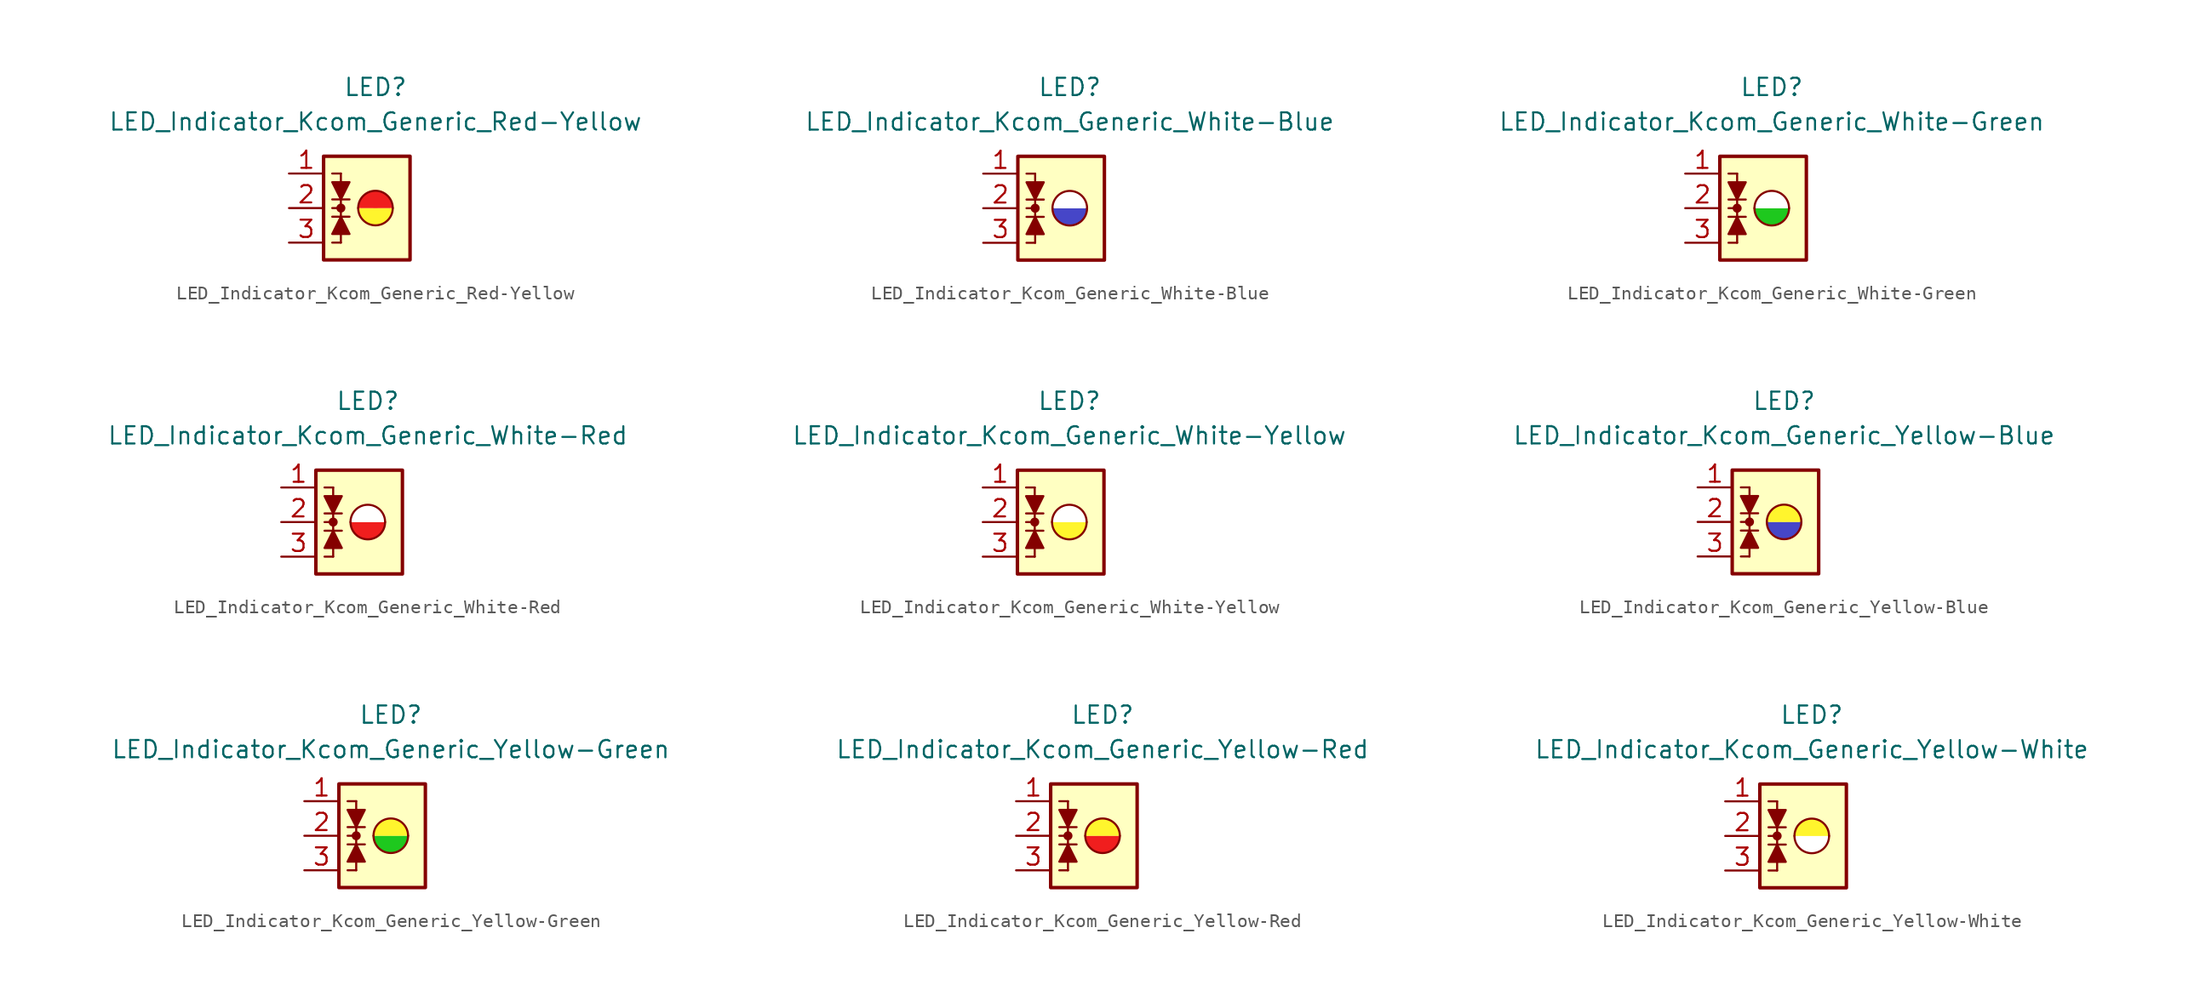
<source format=kicad_sym>
(kicad_symbol_lib
  (version 20231120)
  (generator "kicad_symbol_editor")
  (generator_version "8.0")
  (symbol "LED_Indicator_Kcom_Generic_Red-Yellow"
    (pin_names
      (offset 1.016) hide)
    (property "Reference" "LED"
      (at 0 8.89 0)
      (effects (font (size 1.27 1.27))))
    (property "Value" "LED_Indicator_Kcom_Generic_Red-Yellow"
      (at 0 6.35 0)
      (effects (font (size 1.27 1.27))))
    (symbol "LED_Indicator_Kcom_Generic_Red-Yellow_0_1"
      (rectangle (start -3.81 3.81) (end 2.54 -3.81) (stroke (width 0.254) (type default)) (fill (type background)))
      (circle (center -2.54 0) (radius 0.254) (stroke (width 0) (type default)) (fill (type outline)))
      (arc (start -1.27 0) (mid 0 -1.2645) (end 1.27 0) (stroke (width 0) (type default)) (fill (type color) (color 255 245 45 1)))
      (polyline (pts (xy -3.175 0.635) (xy -1.905 0.635)) (stroke (width 0) (type default)) (fill (type none)))
      (polyline (pts (xy -2.54 -2.54) (xy -3.175 -2.54)) (stroke (width 0) (type default)) (fill (type none)))
      (polyline (pts (xy -2.54 -2.54) (xy -2.54 0)) (stroke (width 0) (type default)) (fill (type none)))
      (polyline (pts (xy -2.54 0) (xy -3.175 0)) (stroke (width 0) (type default)) (fill (type none)))
      (polyline (pts (xy -2.54 2.54) (xy -3.175 2.54)) (stroke (width 0) (type default)) (fill (type none)))
      (polyline (pts (xy -2.54 2.54) (xy -2.54 0)) (stroke (width 0) (type default)) (fill (type none)))
      (polyline (pts (xy -1.905 -0.635) (xy -3.175 -0.635)) (stroke (width 0) (type default)) (fill (type none)))
      (polyline (pts (xy -2.54 -0.635) (xy -1.905 -1.905) (xy -3.175 -1.905) (xy -2.54 -0.635)) (stroke (width 0) (type default)) (fill (type outline)))
      (polyline (pts (xy -2.54 0.635) (xy -3.175 1.905) (xy -1.905 1.905) (xy -2.54 0.635)) (stroke (width 0) (type default)) (fill (type outline)))
      (arc (start 1.27 0) (mid 0 1.2645) (end -1.27 0) (stroke (width 0) (type default)) (fill (type color) (color 240 30 30 1))))
    (symbol "LED_Indicator_Kcom_Generic_Red-Yellow_1_1"
      (pin passive line (at -6.35 2.54 0) (length 2.54) (name "K1" (effects (font (size 1.27 1.27)))) (number "1" (effects (font (size 1.27 1.27)))))
      (pin passive line (at -6.35 0 0) (length 2.54) (name "A12" (effects (font (size 1.27 1.27)))) (number "2" (effects (font (size 1.27 1.27)))))
      (pin passive line (at -6.35 -2.54 0) (length 2.54) (name "K2" (effects (font (size 1.27 1.27)))) (number "3" (effects (font (size 1.27 1.27)))))))
  (symbol "LED_Indicator_Kcom_Generic_White-Blue"
    (pin_names
      (offset 1.016) hide)
    (property "Reference" "LED"
      (at 0 8.89 0)
      (effects (font (size 1.27 1.27))))
    (property "Value" "LED_Indicator_Kcom_Generic_White-Blue"
      (at 0 6.35 0)
      (effects (font (size 1.27 1.27))))
    (symbol "LED_Indicator_Kcom_Generic_White-Blue_0_1"
      (rectangle (start -3.81 3.81) (end 2.54 -3.81) (stroke (width 0.254) (type default)) (fill (type background)))
      (circle (center -2.54 0) (radius 0.254) (stroke (width 0) (type default)) (fill (type outline)))
      (arc (start -1.27 0) (mid 0 -1.2645) (end 1.27 0) (stroke (width 0) (type default)) (fill (type color) (color 70 70 200 1)))
      (polyline (pts (xy -3.175 0.635) (xy -1.905 0.635)) (stroke (width 0) (type default)) (fill (type none)))
      (polyline (pts (xy -2.54 -2.54) (xy -3.175 -2.54)) (stroke (width 0) (type default)) (fill (type none)))
      (polyline (pts (xy -2.54 -2.54) (xy -2.54 0)) (stroke (width 0) (type default)) (fill (type none)))
      (polyline (pts (xy -2.54 0) (xy -3.175 0)) (stroke (width 0) (type default)) (fill (type none)))
      (polyline (pts (xy -2.54 2.54) (xy -3.175 2.54)) (stroke (width 0) (type default)) (fill (type none)))
      (polyline (pts (xy -2.54 2.54) (xy -2.54 0)) (stroke (width 0) (type default)) (fill (type none)))
      (polyline (pts (xy -1.905 -0.635) (xy -3.175 -0.635)) (stroke (width 0) (type default)) (fill (type none)))
      (polyline (pts (xy -2.54 -0.635) (xy -1.905 -1.905) (xy -3.175 -1.905) (xy -2.54 -0.635)) (stroke (width 0) (type default)) (fill (type outline)))
      (polyline (pts (xy -2.54 0.635) (xy -3.175 1.905) (xy -1.905 1.905) (xy -2.54 0.635)) (stroke (width 0) (type default)) (fill (type outline)))
      (arc (start 1.27 0) (mid 0 1.2645) (end -1.27 0) (stroke (width 0) (type default)) (fill (type color) (color 255 255 255 1))))
    (symbol "LED_Indicator_Kcom_Generic_White-Blue_1_1"
      (pin passive line (at -6.35 2.54 0) (length 2.54) (name "K1" (effects (font (size 1.27 1.27)))) (number "1" (effects (font (size 1.27 1.27)))))
      (pin passive line (at -6.35 0 0) (length 2.54) (name "A12" (effects (font (size 1.27 1.27)))) (number "2" (effects (font (size 1.27 1.27)))))
      (pin passive line (at -6.35 -2.54 0) (length 2.54) (name "K2" (effects (font (size 1.27 1.27)))) (number "3" (effects (font (size 1.27 1.27)))))))
  (symbol "LED_Indicator_Kcom_Generic_White-Green"
    (pin_names
      (offset 1.016) hide)
    (property "Reference" "LED"
      (at 0 8.89 0)
      (effects (font (size 1.27 1.27))))
    (property "Value" "LED_Indicator_Kcom_Generic_White-Green"
      (at 0 6.35 0)
      (effects (font (size 1.27 1.27))))
    (symbol "LED_Indicator_Kcom_Generic_White-Green_0_1"
      (rectangle (start -3.81 3.81) (end 2.54 -3.81) (stroke (width 0.254) (type default)) (fill (type background)))
      (circle (center -2.54 0) (radius 0.254) (stroke (width 0) (type default)) (fill (type outline)))
      (arc (start -1.27 0) (mid 0 -1.2645) (end 1.27 0) (stroke (width 0) (type default)) (fill (type color) (color 30 200 30 1)))
      (polyline (pts (xy -3.175 0.635) (xy -1.905 0.635)) (stroke (width 0) (type default)) (fill (type none)))
      (polyline (pts (xy -2.54 -2.54) (xy -3.175 -2.54)) (stroke (width 0) (type default)) (fill (type none)))
      (polyline (pts (xy -2.54 -2.54) (xy -2.54 0)) (stroke (width 0) (type default)) (fill (type none)))
      (polyline (pts (xy -2.54 0) (xy -3.175 0)) (stroke (width 0) (type default)) (fill (type none)))
      (polyline (pts (xy -2.54 2.54) (xy -3.175 2.54)) (stroke (width 0) (type default)) (fill (type none)))
      (polyline (pts (xy -2.54 2.54) (xy -2.54 0)) (stroke (width 0) (type default)) (fill (type none)))
      (polyline (pts (xy -1.905 -0.635) (xy -3.175 -0.635)) (stroke (width 0) (type default)) (fill (type none)))
      (polyline (pts (xy -2.54 -0.635) (xy -1.905 -1.905) (xy -3.175 -1.905) (xy -2.54 -0.635)) (stroke (width 0) (type default)) (fill (type outline)))
      (polyline (pts (xy -2.54 0.635) (xy -3.175 1.905) (xy -1.905 1.905) (xy -2.54 0.635)) (stroke (width 0) (type default)) (fill (type outline)))
      (arc (start 1.27 0) (mid 0 1.2645) (end -1.27 0) (stroke (width 0) (type default)) (fill (type color) (color 255 255 255 1))))
    (symbol "LED_Indicator_Kcom_Generic_White-Green_1_1"
      (pin passive line (at -6.35 2.54 0) (length 2.54) (name "K1" (effects (font (size 1.27 1.27)))) (number "1" (effects (font (size 1.27 1.27)))))
      (pin passive line (at -6.35 0 0) (length 2.54) (name "A12" (effects (font (size 1.27 1.27)))) (number "2" (effects (font (size 1.27 1.27)))))
      (pin passive line (at -6.35 -2.54 0) (length 2.54) (name "K2" (effects (font (size 1.27 1.27)))) (number "3" (effects (font (size 1.27 1.27)))))))
  (symbol "LED_Indicator_Kcom_Generic_White-Red"
    (pin_names
      (offset 1.016) hide)
    (property "Reference" "LED"
      (at 0 8.89 0)
      (effects (font (size 1.27 1.27))))
    (property "Value" "LED_Indicator_Kcom_Generic_White-Red"
      (at 0 6.35 0)
      (effects (font (size 1.27 1.27))))
    (symbol "LED_Indicator_Kcom_Generic_White-Red_0_1"
      (rectangle (start -3.81 3.81) (end 2.54 -3.81) (stroke (width 0.254) (type default)) (fill (type background)))
      (circle (center -2.54 0) (radius 0.254) (stroke (width 0) (type default)) (fill (type outline)))
      (arc (start -1.27 0) (mid 0 -1.2645) (end 1.27 0) (stroke (width 0) (type default)) (fill (type color) (color 240 30 30 1)))
      (polyline (pts (xy -3.175 0.635) (xy -1.905 0.635)) (stroke (width 0) (type default)) (fill (type none)))
      (polyline (pts (xy -2.54 -2.54) (xy -3.175 -2.54)) (stroke (width 0) (type default)) (fill (type none)))
      (polyline (pts (xy -2.54 -2.54) (xy -2.54 0)) (stroke (width 0) (type default)) (fill (type none)))
      (polyline (pts (xy -2.54 0) (xy -3.175 0)) (stroke (width 0) (type default)) (fill (type none)))
      (polyline (pts (xy -2.54 2.54) (xy -3.175 2.54)) (stroke (width 0) (type default)) (fill (type none)))
      (polyline (pts (xy -2.54 2.54) (xy -2.54 0)) (stroke (width 0) (type default)) (fill (type none)))
      (polyline (pts (xy -1.905 -0.635) (xy -3.175 -0.635)) (stroke (width 0) (type default)) (fill (type none)))
      (polyline (pts (xy -2.54 -0.635) (xy -1.905 -1.905) (xy -3.175 -1.905) (xy -2.54 -0.635)) (stroke (width 0) (type default)) (fill (type outline)))
      (polyline (pts (xy -2.54 0.635) (xy -3.175 1.905) (xy -1.905 1.905) (xy -2.54 0.635)) (stroke (width 0) (type default)) (fill (type outline)))
      (arc (start 1.27 0) (mid 0 1.2645) (end -1.27 0) (stroke (width 0) (type default)) (fill (type color) (color 255 255 255 1))))
    (symbol "LED_Indicator_Kcom_Generic_White-Red_1_1"
      (pin passive line (at -6.35 2.54 0) (length 2.54) (name "K1" (effects (font (size 1.27 1.27)))) (number "1" (effects (font (size 1.27 1.27)))))
      (pin passive line (at -6.35 0 0) (length 2.54) (name "A12" (effects (font (size 1.27 1.27)))) (number "2" (effects (font (size 1.27 1.27)))))
      (pin passive line (at -6.35 -2.54 0) (length 2.54) (name "K2" (effects (font (size 1.27 1.27)))) (number "3" (effects (font (size 1.27 1.27)))))))
  (symbol "LED_Indicator_Kcom_Generic_White-Yellow"
    (pin_names
      (offset 1.016) hide)
    (property "Reference" "LED"
      (at 0 8.89 0)
      (effects (font (size 1.27 1.27))))
    (property "Value" "LED_Indicator_Kcom_Generic_White-Yellow"
      (at 0 6.35 0)
      (effects (font (size 1.27 1.27))))
    (symbol "LED_Indicator_Kcom_Generic_White-Yellow_0_1"
      (rectangle (start -3.81 3.81) (end 2.54 -3.81) (stroke (width 0.254) (type default)) (fill (type background)))
      (circle (center -2.54 0) (radius 0.254) (stroke (width 0) (type default)) (fill (type outline)))
      (arc (start -1.27 0) (mid 0 -1.2645) (end 1.27 0) (stroke (width 0) (type default)) (fill (type color) (color 255 245 45 1)))
      (polyline (pts (xy -3.175 0.635) (xy -1.905 0.635)) (stroke (width 0) (type default)) (fill (type none)))
      (polyline (pts (xy -2.54 -2.54) (xy -3.175 -2.54)) (stroke (width 0) (type default)) (fill (type none)))
      (polyline (pts (xy -2.54 -2.54) (xy -2.54 0)) (stroke (width 0) (type default)) (fill (type none)))
      (polyline (pts (xy -2.54 0) (xy -3.175 0)) (stroke (width 0) (type default)) (fill (type none)))
      (polyline (pts (xy -2.54 2.54) (xy -3.175 2.54)) (stroke (width 0) (type default)) (fill (type none)))
      (polyline (pts (xy -2.54 2.54) (xy -2.54 0)) (stroke (width 0) (type default)) (fill (type none)))
      (polyline (pts (xy -1.905 -0.635) (xy -3.175 -0.635)) (stroke (width 0) (type default)) (fill (type none)))
      (polyline (pts (xy -2.54 -0.635) (xy -1.905 -1.905) (xy -3.175 -1.905) (xy -2.54 -0.635)) (stroke (width 0) (type default)) (fill (type outline)))
      (polyline (pts (xy -2.54 0.635) (xy -3.175 1.905) (xy -1.905 1.905) (xy -2.54 0.635)) (stroke (width 0) (type default)) (fill (type outline)))
      (arc (start 1.27 0) (mid 0 1.2645) (end -1.27 0) (stroke (width 0) (type default)) (fill (type color) (color 255 255 255 1))))
    (symbol "LED_Indicator_Kcom_Generic_White-Yellow_1_1"
      (pin passive line (at -6.35 2.54 0) (length 2.54) (name "K1" (effects (font (size 1.27 1.27)))) (number "1" (effects (font (size 1.27 1.27)))))
      (pin passive line (at -6.35 0 0) (length 2.54) (name "A12" (effects (font (size 1.27 1.27)))) (number "2" (effects (font (size 1.27 1.27)))))
      (pin passive line (at -6.35 -2.54 0) (length 2.54) (name "K2" (effects (font (size 1.27 1.27)))) (number "3" (effects (font (size 1.27 1.27)))))))
  (symbol "LED_Indicator_Kcom_Generic_Yellow-Blue"
    (pin_names
      (offset 1.016) hide)
    (property "Reference" "LED"
      (at 0 8.89 0)
      (effects (font (size 1.27 1.27))))
    (property "Value" "LED_Indicator_Kcom_Generic_Yellow-Blue"
      (at 0 6.35 0)
      (effects (font (size 1.27 1.27))))
    (symbol "LED_Indicator_Kcom_Generic_Yellow-Blue_0_1"
      (rectangle (start -3.81 3.81) (end 2.54 -3.81) (stroke (width 0.254) (type default)) (fill (type background)))
      (circle (center -2.54 0) (radius 0.254) (stroke (width 0) (type default)) (fill (type outline)))
      (arc (start -1.27 0) (mid 0 -1.2645) (end 1.27 0) (stroke (width 0) (type default)) (fill (type color) (color 70 70 200 1)))
      (polyline (pts (xy -3.175 0.635) (xy -1.905 0.635)) (stroke (width 0) (type default)) (fill (type none)))
      (polyline (pts (xy -2.54 -2.54) (xy -3.175 -2.54)) (stroke (width 0) (type default)) (fill (type none)))
      (polyline (pts (xy -2.54 -2.54) (xy -2.54 0)) (stroke (width 0) (type default)) (fill (type none)))
      (polyline (pts (xy -2.54 0) (xy -3.175 0)) (stroke (width 0) (type default)) (fill (type none)))
      (polyline (pts (xy -2.54 2.54) (xy -3.175 2.54)) (stroke (width 0) (type default)) (fill (type none)))
      (polyline (pts (xy -2.54 2.54) (xy -2.54 0)) (stroke (width 0) (type default)) (fill (type none)))
      (polyline (pts (xy -1.905 -0.635) (xy -3.175 -0.635)) (stroke (width 0) (type default)) (fill (type none)))
      (polyline (pts (xy -2.54 -0.635) (xy -1.905 -1.905) (xy -3.175 -1.905) (xy -2.54 -0.635)) (stroke (width 0) (type default)) (fill (type outline)))
      (polyline (pts (xy -2.54 0.635) (xy -3.175 1.905) (xy -1.905 1.905) (xy -2.54 0.635)) (stroke (width 0) (type default)) (fill (type outline)))
      (arc (start 1.27 0) (mid 0 1.2645) (end -1.27 0) (stroke (width 0) (type default)) (fill (type color) (color 255 245 45 1))))
    (symbol "LED_Indicator_Kcom_Generic_Yellow-Blue_1_1"
      (pin passive line (at -6.35 2.54 0) (length 2.54) (name "K1" (effects (font (size 1.27 1.27)))) (number "1" (effects (font (size 1.27 1.27)))))
      (pin passive line (at -6.35 0 0) (length 2.54) (name "A12" (effects (font (size 1.27 1.27)))) (number "2" (effects (font (size 1.27 1.27)))))
      (pin passive line (at -6.35 -2.54 0) (length 2.54) (name "K2" (effects (font (size 1.27 1.27)))) (number "3" (effects (font (size 1.27 1.27)))))))
  (symbol "LED_Indicator_Kcom_Generic_Yellow-Green"
    (pin_names
      (offset 1.016) hide)
    (property "Reference" "LED"
      (at 0 8.89 0)
      (effects (font (size 1.27 1.27))))
    (property "Value" "LED_Indicator_Kcom_Generic_Yellow-Green"
      (at 0 6.35 0)
      (effects (font (size 1.27 1.27))))
    (symbol "LED_Indicator_Kcom_Generic_Yellow-Green_0_1"
      (rectangle (start -3.81 3.81) (end 2.54 -3.81) (stroke (width 0.254) (type default)) (fill (type background)))
      (circle (center -2.54 0) (radius 0.254) (stroke (width 0) (type default)) (fill (type outline)))
      (arc (start -1.27 0) (mid 0 -1.2645) (end 1.27 0) (stroke (width 0) (type default)) (fill (type color) (color 30 200 30 1)))
      (polyline (pts (xy -3.175 0.635) (xy -1.905 0.635)) (stroke (width 0) (type default)) (fill (type none)))
      (polyline (pts (xy -2.54 -2.54) (xy -3.175 -2.54)) (stroke (width 0) (type default)) (fill (type none)))
      (polyline (pts (xy -2.54 -2.54) (xy -2.54 0)) (stroke (width 0) (type default)) (fill (type none)))
      (polyline (pts (xy -2.54 0) (xy -3.175 0)) (stroke (width 0) (type default)) (fill (type none)))
      (polyline (pts (xy -2.54 2.54) (xy -3.175 2.54)) (stroke (width 0) (type default)) (fill (type none)))
      (polyline (pts (xy -2.54 2.54) (xy -2.54 0)) (stroke (width 0) (type default)) (fill (type none)))
      (polyline (pts (xy -1.905 -0.635) (xy -3.175 -0.635)) (stroke (width 0) (type default)) (fill (type none)))
      (polyline (pts (xy -2.54 -0.635) (xy -1.905 -1.905) (xy -3.175 -1.905) (xy -2.54 -0.635)) (stroke (width 0) (type default)) (fill (type outline)))
      (polyline (pts (xy -2.54 0.635) (xy -3.175 1.905) (xy -1.905 1.905) (xy -2.54 0.635)) (stroke (width 0) (type default)) (fill (type outline)))
      (arc (start 1.27 0) (mid 0 1.2645) (end -1.27 0) (stroke (width 0) (type default)) (fill (type color) (color 255 245 45 1))))
    (symbol "LED_Indicator_Kcom_Generic_Yellow-Green_1_1"
      (pin passive line (at -6.35 2.54 0) (length 2.54) (name "K1" (effects (font (size 1.27 1.27)))) (number "1" (effects (font (size 1.27 1.27)))))
      (pin passive line (at -6.35 0 0) (length 2.54) (name "A12" (effects (font (size 1.27 1.27)))) (number "2" (effects (font (size 1.27 1.27)))))
      (pin passive line (at -6.35 -2.54 0) (length 2.54) (name "K2" (effects (font (size 1.27 1.27)))) (number "3" (effects (font (size 1.27 1.27)))))))
  (symbol "LED_Indicator_Kcom_Generic_Yellow-Red"
    (pin_names
      (offset 1.016) hide)
    (property "Reference" "LED"
      (at 0 8.89 0)
      (effects (font (size 1.27 1.27))))
    (property "Value" "LED_Indicator_Kcom_Generic_Yellow-Red"
      (at 0 6.35 0)
      (effects (font (size 1.27 1.27))))
    (symbol "LED_Indicator_Kcom_Generic_Yellow-Red_0_1"
      (rectangle (start -3.81 3.81) (end 2.54 -3.81) (stroke (width 0.254) (type default)) (fill (type background)))
      (circle (center -2.54 0) (radius 0.254) (stroke (width 0) (type default)) (fill (type outline)))
      (arc (start -1.27 0) (mid 0 -1.2645) (end 1.27 0) (stroke (width 0) (type default)) (fill (type color) (color 240 30 30 1)))
      (polyline (pts (xy -3.175 0.635) (xy -1.905 0.635)) (stroke (width 0) (type default)) (fill (type none)))
      (polyline (pts (xy -2.54 -2.54) (xy -3.175 -2.54)) (stroke (width 0) (type default)) (fill (type none)))
      (polyline (pts (xy -2.54 -2.54) (xy -2.54 0)) (stroke (width 0) (type default)) (fill (type none)))
      (polyline (pts (xy -2.54 0) (xy -3.175 0)) (stroke (width 0) (type default)) (fill (type none)))
      (polyline (pts (xy -2.54 2.54) (xy -3.175 2.54)) (stroke (width 0) (type default)) (fill (type none)))
      (polyline (pts (xy -2.54 2.54) (xy -2.54 0)) (stroke (width 0) (type default)) (fill (type none)))
      (polyline (pts (xy -1.905 -0.635) (xy -3.175 -0.635)) (stroke (width 0) (type default)) (fill (type none)))
      (polyline (pts (xy -2.54 -0.635) (xy -1.905 -1.905) (xy -3.175 -1.905) (xy -2.54 -0.635)) (stroke (width 0) (type default)) (fill (type outline)))
      (polyline (pts (xy -2.54 0.635) (xy -3.175 1.905) (xy -1.905 1.905) (xy -2.54 0.635)) (stroke (width 0) (type default)) (fill (type outline)))
      (arc (start 1.27 0) (mid 0 1.2645) (end -1.27 0) (stroke (width 0) (type default)) (fill (type color) (color 255 245 45 1))))
    (symbol "LED_Indicator_Kcom_Generic_Yellow-Red_1_1"
      (pin passive line (at -6.35 2.54 0) (length 2.54) (name "K1" (effects (font (size 1.27 1.27)))) (number "1" (effects (font (size 1.27 1.27)))))
      (pin passive line (at -6.35 0 0) (length 2.54) (name "A12" (effects (font (size 1.27 1.27)))) (number "2" (effects (font (size 1.27 1.27)))))
      (pin passive line (at -6.35 -2.54 0) (length 2.54) (name "K2" (effects (font (size 1.27 1.27)))) (number "3" (effects (font (size 1.27 1.27)))))))
  (symbol "LED_Indicator_Kcom_Generic_Yellow-White"
    (pin_names
      (offset 1.016) hide)
    (property "Reference" "LED"
      (at 0 8.89 0)
      (effects (font (size 1.27 1.27))))
    (property "Value" "LED_Indicator_Kcom_Generic_Yellow-White"
      (at 0 6.35 0)
      (effects (font (size 1.27 1.27))))
    (symbol "LED_Indicator_Kcom_Generic_Yellow-White_0_1"
      (rectangle (start -3.81 3.81) (end 2.54 -3.81) (stroke (width 0.254) (type default)) (fill (type background)))
      (circle (center -2.54 0) (radius 0.254) (stroke (width 0) (type default)) (fill (type outline)))
      (arc (start -1.27 0) (mid 0 -1.2645) (end 1.27 0) (stroke (width 0) (type default)) (fill (type color) (color 255 255 255 1)))
      (polyline (pts (xy -3.175 0.635) (xy -1.905 0.635)) (stroke (width 0) (type default)) (fill (type none)))
      (polyline (pts (xy -2.54 -2.54) (xy -3.175 -2.54)) (stroke (width 0) (type default)) (fill (type none)))
      (polyline (pts (xy -2.54 -2.54) (xy -2.54 0)) (stroke (width 0) (type default)) (fill (type none)))
      (polyline (pts (xy -2.54 0) (xy -3.175 0)) (stroke (width 0) (type default)) (fill (type none)))
      (polyline (pts (xy -2.54 2.54) (xy -3.175 2.54)) (stroke (width 0) (type default)) (fill (type none)))
      (polyline (pts (xy -2.54 2.54) (xy -2.54 0)) (stroke (width 0) (type default)) (fill (type none)))
      (polyline (pts (xy -1.905 -0.635) (xy -3.175 -0.635)) (stroke (width 0) (type default)) (fill (type none)))
      (polyline (pts (xy -2.54 -0.635) (xy -1.905 -1.905) (xy -3.175 -1.905) (xy -2.54 -0.635)) (stroke (width 0) (type default)) (fill (type outline)))
      (polyline (pts (xy -2.54 0.635) (xy -3.175 1.905) (xy -1.905 1.905) (xy -2.54 0.635)) (stroke (width 0) (type default)) (fill (type outline)))
      (arc (start 1.27 0) (mid 0 1.2645) (end -1.27 0) (stroke (width 0) (type default)) (fill (type color) (color 255 245 45 1))))
    (symbol "LED_Indicator_Kcom_Generic_Yellow-White_1_1"
      (pin passive line (at -6.35 2.54 0) (length 2.54) (name "K1" (effects (font (size 1.27 1.27)))) (number "1" (effects (font (size 1.27 1.27)))))
      (pin passive line (at -6.35 0 0) (length 2.54) (name "A12" (effects (font (size 1.27 1.27)))) (number "2" (effects (font (size 1.27 1.27)))))
      (pin passive line (at -6.35 -2.54 0) (length 2.54) (name "K2" (effects (font (size 1.27 1.27)))) (number "3" (effects (font (size 1.27 1.27))))))))
</source>
